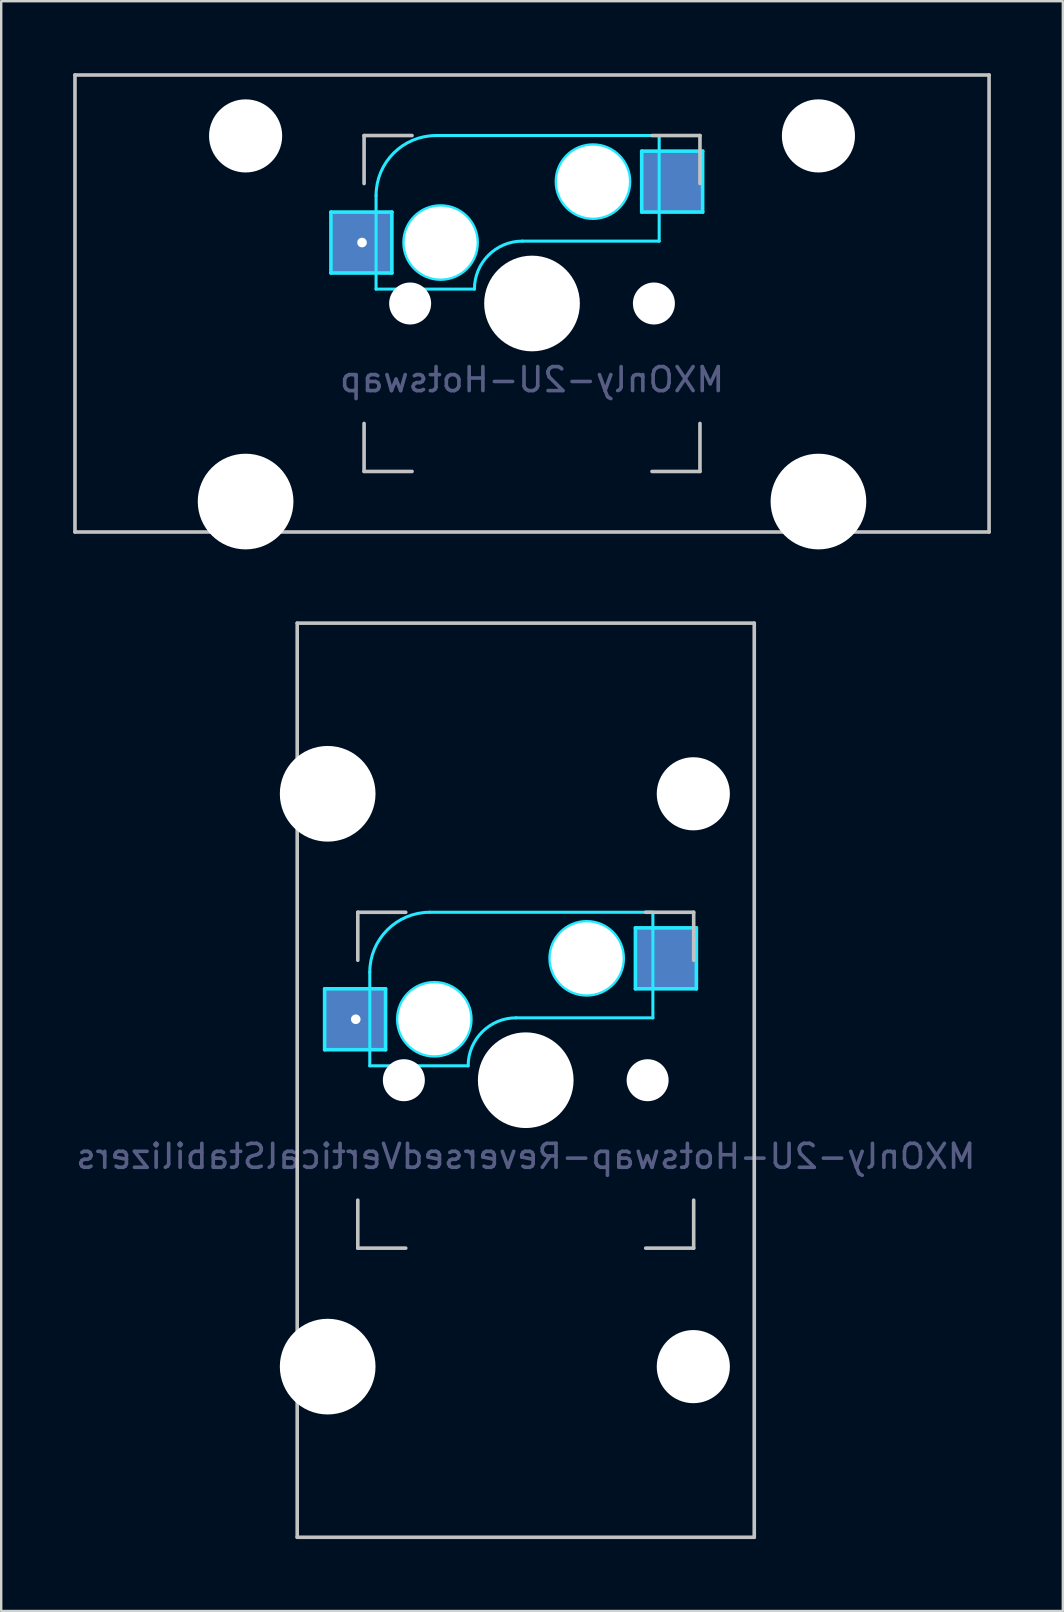
<source format=kicad_pcb>
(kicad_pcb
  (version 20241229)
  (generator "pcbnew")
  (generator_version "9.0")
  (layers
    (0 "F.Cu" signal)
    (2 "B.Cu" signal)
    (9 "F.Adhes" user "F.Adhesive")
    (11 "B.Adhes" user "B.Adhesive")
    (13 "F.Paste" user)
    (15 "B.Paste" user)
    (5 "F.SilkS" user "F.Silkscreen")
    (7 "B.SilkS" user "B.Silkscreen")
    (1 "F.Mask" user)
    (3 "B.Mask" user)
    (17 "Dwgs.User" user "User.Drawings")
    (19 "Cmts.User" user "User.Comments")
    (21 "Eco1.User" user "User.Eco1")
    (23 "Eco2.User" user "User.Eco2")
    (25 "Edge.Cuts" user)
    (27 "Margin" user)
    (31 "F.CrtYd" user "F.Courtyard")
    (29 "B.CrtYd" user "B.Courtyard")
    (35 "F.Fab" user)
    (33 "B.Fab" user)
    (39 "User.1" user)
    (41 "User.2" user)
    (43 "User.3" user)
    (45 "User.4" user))
  (footprint "MXOnly-2U-Hotswap"
    (layer "F.Cu")
    (at 19.125 9.6)
    (property "Reference" "MXOnly-2U-Hotswap" (at 0 3.175 0) (layer "B.Fab") (effects (font (size 1 1) (thickness 0.15)) (justify mirror)))
    (attr smd)
    (fp_line (start -19.05 -9.525) (end 19.05 -9.525) (stroke (width 0.15) (type solid)) (layer "Dwgs.User"))
    (fp_line (start -19.05 9.525) (end -19.05 -9.525) (stroke (width 0.15) (type solid)) (layer "Dwgs.User"))
    (fp_line (start -7 -7) (end -7 -5) (stroke (width 0.15) (type solid)) (layer "Dwgs.User"))
    (fp_line (start -7 5) (end -7 7) (stroke (width 0.15) (type solid)) (layer "Dwgs.User"))
    (fp_line (start -7 7) (end -5 7) (stroke (width 0.15) (type solid)) (layer "Dwgs.User"))
    (fp_line (start -5 -7) (end -7 -7) (stroke (width 0.15) (type solid)) (layer "Dwgs.User"))
    (fp_line (start 5 -7) (end 7 -7) (stroke (width 0.15) (type solid)) (layer "Dwgs.User"))
    (fp_line (start 5 7) (end 7 7) (stroke (width 0.15) (type solid)) (layer "Dwgs.User"))
    (fp_line (start 7 -7) (end 7 -5) (stroke (width 0.15) (type solid)) (layer "Dwgs.User"))
    (fp_line (start 7 7) (end 7 5) (stroke (width 0.15) (type solid)) (layer "Dwgs.User"))
    (fp_line (start 19.05 -9.525) (end 19.05 9.525) (stroke (width 0.15) (type solid)) (layer "Dwgs.User"))
    (fp_line (start 19.05 9.525) (end -19.05 9.525) (stroke (width 0.15) (type solid)) (layer "Dwgs.User"))
    (fp_line (start -8.382 -3.81) (end -5.842 -3.81) (stroke (width 0.15) (type solid)) (layer "B.CrtYd"))
    (fp_line (start -8.382 -1.27) (end -8.382 -3.81) (stroke (width 0.15) (type solid)) (layer "B.CrtYd"))
    (fp_line (start -6.5 -4.5) (end -6.5 -0.6) (stroke (width 0.127) (type solid)) (layer "B.CrtYd"))
    (fp_line (start -6.5 -0.6) (end -2.4 -0.6) (stroke (width 0.127) (type solid)) (layer "B.CrtYd"))
    (fp_line (start -5.842 -3.81) (end -5.842 -1.27) (stroke (width 0.15) (type solid)) (layer "B.CrtYd"))
    (fp_line (start -5.842 -1.27) (end -8.382 -1.27) (stroke (width 0.15) (type solid)) (layer "B.CrtYd"))
    (fp_line (start -0.4 -2.6) (end 5.3 -2.6) (stroke (width 0.127) (type solid)) (layer "B.CrtYd"))
    (fp_line (start 4.572 -6.35) (end 7.112 -6.35) (stroke (width 0.15) (type solid)) (layer "B.CrtYd"))
    (fp_line (start 4.572 -3.81) (end 4.572 -6.35) (stroke (width 0.15) (type solid)) (layer "B.CrtYd"))
    (fp_line (start 5.3 -7) (end -4 -7) (stroke (width 0.127) (type solid)) (layer "B.CrtYd"))
    (fp_line (start 5.3 -7) (end 5.3 -2.6) (stroke (width 0.127) (type solid)) (layer "B.CrtYd"))
    (fp_line (start 7.112 -6.35) (end 7.112 -3.81) (stroke (width 0.15) (type solid)) (layer "B.CrtYd"))
    (fp_line (start 7.112 -3.81) (end 4.572 -3.81) (stroke (width 0.15) (type solid)) (layer "B.CrtYd"))
    (fp_arc (start -6.5 -4.5) (mid -5.767767 -6.267767) (end -4 -7) (stroke (width 0.127) (type solid)) (layer "B.CrtYd"))
    (fp_arc (start -2.4 -0.6) (mid -1.814214 -2.014214) (end -0.4 -2.6) (stroke (width 0.127) (type solid)) (layer "B.CrtYd"))
    (fp_circle (center -3.81 -2.54) (end -3.81 -4.064) (stroke (width 0.15) (type solid)) (fill no) (layer "B.CrtYd"))
    (fp_circle (center 2.54 -5.08) (end 2.54 -6.604) (stroke (width 0.15) (type solid)) (fill no) (layer "B.CrtYd"))
    (pad "" np_thru_hole circle (at -11.938 -6.985) (size 3.048 3.048) (drill 3.048) (layers "*.Cu" "*.Mask"))
    (pad "" np_thru_hole circle (at -11.938 8.255) (size 3.988 3.988) (drill 3.988) (layers "*.Cu" "*.Mask"))
    (pad "" np_thru_hole circle (at -5.08 0 48.1) (size 1.75 1.75) (drill 1.75) (layers "*.Cu" "*.Mask"))
    (pad "" np_thru_hole circle (at -3.81 -2.54) (size 3 3) (drill 3) (layers "*.Cu" "*.Mask"))
    (pad "" np_thru_hole circle (at 0 0) (size 3.988 3.988) (drill 3.988) (layers "*.Cu" "*.Mask"))
    (pad "" np_thru_hole circle (at 2.54 -5.08) (size 3 3) (drill 3) (layers "*.Cu" "*.Mask"))
    (pad "" np_thru_hole circle (at 5.08 0 48.1) (size 1.75 1.75) (drill 1.75) (layers "*.Cu" "*.Mask"))
    (pad "" np_thru_hole circle (at 11.938 -6.985) (size 3.048 3.048) (drill 3.048) (layers "*.Cu" "*.Mask"))
    (pad "" np_thru_hole circle (at 11.938 8.255) (size 3.988 3.988) (drill 3.988) (layers "*.Cu" "*.Mask"))
    (pad "1" thru_hole circle (at -7.085 -2.54) (size 0.8 0.8) (drill 0.4) (layers "*.Cu"))
    (pad "1" smd rect (at -7.085 -2.54) (size 2.55 2.5) (layers "B.Cu" "B.Mask" "B.Paste"))
    (pad "2" smd rect (at 5.842 -5.08) (size 2.55 2.5) (layers "B.Cu" "B.Mask" "B.Paste")))
  (footprint "MXOnly-2U-Hotswap-ReversedVerticalStabilizers"
    (layer "F.Cu")
    (at 18.863 41.974)
    (property "Reference" "MXOnly-2U-Hotswap-ReversedVerticalStabilizers" (at 0 3.175 0) (layer "B.Fab") (effects (font (size 1 1) (thickness 0.15)) (justify mirror)))
    (attr through_hole)
    (fp_line (start -9.525 -19.05) (end 9.525 -19.05) (stroke (width 0.15) (type solid)) (layer "Dwgs.User"))
    (fp_line (start -9.525 19.05) (end -9.525 -19.05) (stroke (width 0.15) (type solid)) (layer "Dwgs.User"))
    (fp_line (start -7 -7) (end -7 -5) (stroke (width 0.15) (type solid)) (layer "Dwgs.User"))
    (fp_line (start -7 5) (end -7 7) (stroke (width 0.15) (type solid)) (layer "Dwgs.User"))
    (fp_line (start -7 7) (end -5 7) (stroke (width 0.15) (type solid)) (layer "Dwgs.User"))
    (fp_line (start -5 -7) (end -7 -7) (stroke (width 0.15) (type solid)) (layer "Dwgs.User"))
    (fp_line (start 5 -7) (end 7 -7) (stroke (width 0.15) (type solid)) (layer "Dwgs.User"))
    (fp_line (start 5 7) (end 7 7) (stroke (width 0.15) (type solid)) (layer "Dwgs.User"))
    (fp_line (start 7 -7) (end 7 -5) (stroke (width 0.15) (type solid)) (layer "Dwgs.User"))
    (fp_line (start 7 7) (end 7 5) (stroke (width 0.15) (type solid)) (layer "Dwgs.User"))
    (fp_line (start 9.525 19.05) (end -9.525 19.05) (stroke (width 0.15) (type solid)) (layer "Dwgs.User"))
    (fp_line (start 9.525 19.05) (end 9.525 -19.05) (stroke (width 0.15) (type solid)) (layer "Dwgs.User"))
    (fp_line (start -8.382 -3.81) (end -8.382 -1.27) (stroke (width 0.15) (type solid)) (layer "B.CrtYd"))
    (fp_line (start -8.382 -1.27) (end -5.842 -1.27) (stroke (width 0.15) (type solid)) (layer "B.CrtYd"))
    (fp_line (start -6.5 -4.5) (end -6.5 -0.6) (stroke (width 0.127) (type solid)) (layer "B.CrtYd"))
    (fp_line (start -6.5 -0.6) (end -2.4 -0.6) (stroke (width 0.127) (type solid)) (layer "B.CrtYd"))
    (fp_line (start -5.842 -3.81) (end -8.382 -3.81) (stroke (width 0.15) (type solid)) (layer "B.CrtYd"))
    (fp_line (start -5.842 -1.27) (end -5.842 -3.81) (stroke (width 0.15) (type solid)) (layer "B.CrtYd"))
    (fp_line (start -0.4 -2.6) (end 5.3 -2.6) (stroke (width 0.127) (type solid)) (layer "B.CrtYd"))
    (fp_line (start 4.572 -6.35) (end 7.112 -6.35) (stroke (width 0.15) (type solid)) (layer "B.CrtYd"))
    (fp_line (start 4.572 -3.81) (end 4.572 -6.35) (stroke (width 0.15) (type solid)) (layer "B.CrtYd"))
    (fp_line (start 5.3 -7) (end -4 -7) (stroke (width 0.127) (type solid)) (layer "B.CrtYd"))
    (fp_line (start 5.3 -7) (end 5.3 -2.6) (stroke (width 0.127) (type solid)) (layer "B.CrtYd"))
    (fp_line (start 7.112 -6.35) (end 7.112 -3.81) (stroke (width 0.15) (type solid)) (layer "B.CrtYd"))
    (fp_line (start 7.112 -3.81) (end 4.572 -3.81) (stroke (width 0.15) (type solid)) (layer "B.CrtYd"))
    (fp_arc (start -6.5 -4.5) (mid -5.767767 -6.267767) (end -4 -7) (stroke (width 0.127) (type solid)) (layer "B.CrtYd"))
    (fp_arc (start -2.4 -0.6) (mid -1.814214 -2.014214) (end -0.4 -2.6) (stroke (width 0.127) (type solid)) (layer "B.CrtYd"))
    (fp_circle (center -3.81 -2.54) (end -3.81 -4.064) (stroke (width 0.15) (type solid)) (fill no) (layer "B.CrtYd"))
    (fp_circle (center 2.54 -5.08) (end 2.54 -6.604) (stroke (width 0.15) (type solid)) (fill no) (layer "B.CrtYd"))
    (pad "" np_thru_hole circle (at -8.255 -11.938 90) (size 3.988 3.988) (drill 3.988) (layers "*.Cu" "*.Mask"))
    (pad "" np_thru_hole circle (at -8.255 11.938 90) (size 3.988 3.988) (drill 3.988) (layers "*.Cu" "*.Mask"))
    (pad "" np_thru_hole circle (at -5.08 0 48.1) (size 1.75 1.75) (drill 1.75) (layers "*.Cu" "*.Mask"))
    (pad "" np_thru_hole circle (at -3.81 -2.54) (size 3 3) (drill 3) (layers "*.Cu" "*.Mask"))
    (pad "" np_thru_hole circle (at 0 0) (size 3.988 3.988) (drill 3.988) (layers "*.Cu" "*.Mask"))
    (pad "" np_thru_hole circle (at 2.54 -5.08) (size 3 3) (drill 3) (layers "*.Cu" "*.Mask"))
    (pad "" np_thru_hole circle (at 5.08 0 48.1) (size 1.75 1.75) (drill 1.75) (layers "*.Cu" "*.Mask"))
    (pad "" np_thru_hole circle (at 6.985 -11.938 180) (size 3.048 3.048) (drill 3.048) (layers "*.Cu" "*.Mask"))
    (pad "" np_thru_hole circle (at 6.985 11.938 90) (size 3.048 3.048) (drill 3.048) (layers "*.Cu" "*.Mask"))
    (pad "1" thru_hole circle (at -7.085 -2.54) (size 0.8 0.8) (drill 0.4) (layers "*.Cu"))
    (pad "1" smd rect (at -7.085 -2.54) (size 2.55 2.5) (layers "B.Cu" "B.Mask" "B.Paste"))
    (pad "2" smd rect (at 5.842 -5.08) (size 2.55 2.5) (layers "B.Cu" "B.Mask" "B.Paste")))
  (gr_rect
    (start -3 -3)
    (end 41.25 64.099)
    (stroke (width 0.1) (type default))
    (fill no)
    (layer "Edge.Cuts")))
</source>
